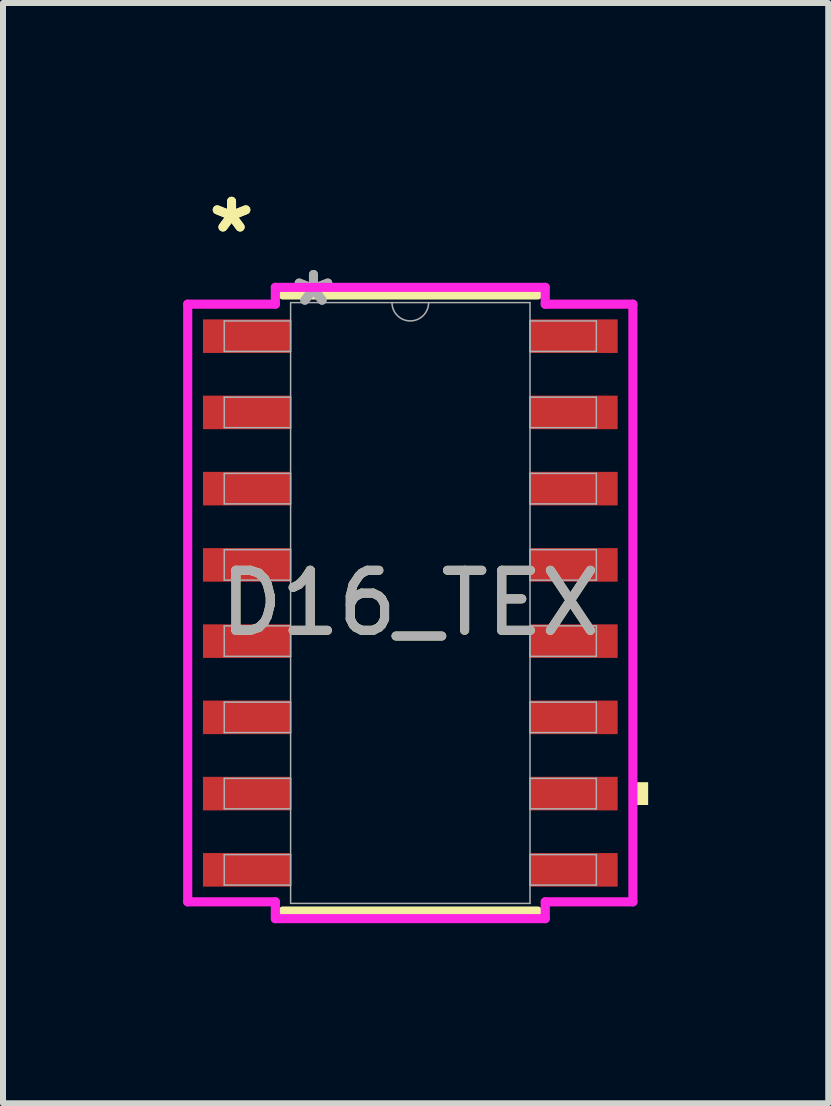
<source format=kicad_pcb>
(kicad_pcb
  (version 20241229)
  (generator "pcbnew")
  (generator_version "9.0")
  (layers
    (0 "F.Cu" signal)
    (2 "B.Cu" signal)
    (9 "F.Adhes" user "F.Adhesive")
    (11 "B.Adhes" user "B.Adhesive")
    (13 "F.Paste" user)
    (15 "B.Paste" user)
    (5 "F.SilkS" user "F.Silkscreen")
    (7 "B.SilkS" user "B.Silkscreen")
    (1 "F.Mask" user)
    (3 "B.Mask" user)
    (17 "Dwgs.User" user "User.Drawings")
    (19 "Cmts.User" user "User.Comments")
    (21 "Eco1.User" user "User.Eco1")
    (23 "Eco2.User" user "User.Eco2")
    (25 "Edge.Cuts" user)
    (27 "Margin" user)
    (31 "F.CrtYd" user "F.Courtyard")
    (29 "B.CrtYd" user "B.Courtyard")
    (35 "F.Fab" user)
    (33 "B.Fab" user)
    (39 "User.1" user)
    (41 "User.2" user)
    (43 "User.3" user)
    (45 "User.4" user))
  (footprint "D16_TEX"
    (layer "F.Cu")
    (at 3.785 6.995)
    (property "Reference" "D16_TEX" (at 0 0 0) (unlocked yes) (layer "F.SilkS") (effects (font (size 1 1) (thickness 0.15))))
    (attr smd)
    (fp_line (start -2.121 5.131) (end 2.121 5.131) (stroke (width 0.152) (type solid)) (layer "F.SilkS"))
    (fp_line (start 2.121 -5.131) (end -2.121 -5.131) (stroke (width 0.152) (type solid)) (layer "F.SilkS"))
    (fp_poly (pts (xy 3.962 2.985) (xy 3.962 3.365) (xy 3.708 3.365) (xy 3.708 2.985)) (stroke (width 0) (type solid)) (fill yes) (layer "F.SilkS"))
    (fp_line (start -3.708 -4.978) (end -2.248 -4.978) (stroke (width 0.152) (type solid)) (layer "F.CrtYd"))
    (fp_line (start -3.708 4.978) (end -3.708 -4.978) (stroke (width 0.152) (type solid)) (layer "F.CrtYd"))
    (fp_line (start -3.708 4.978) (end -2.248 4.978) (stroke (width 0.152) (type solid)) (layer "F.CrtYd"))
    (fp_line (start -2.248 -5.258) (end 2.248 -5.258) (stroke (width 0.152) (type solid)) (layer "F.CrtYd"))
    (fp_line (start -2.248 -4.978) (end -2.248 -5.258) (stroke (width 0.152) (type solid)) (layer "F.CrtYd"))
    (fp_line (start -2.248 5.258) (end -2.248 4.978) (stroke (width 0.152) (type solid)) (layer "F.CrtYd"))
    (fp_line (start 2.248 -5.258) (end 2.248 -4.978) (stroke (width 0.152) (type solid)) (layer "F.CrtYd"))
    (fp_line (start 2.248 4.978) (end 2.248 5.258) (stroke (width 0.152) (type solid)) (layer "F.CrtYd"))
    (fp_line (start 2.248 5.258) (end -2.248 5.258) (stroke (width 0.152) (type solid)) (layer "F.CrtYd"))
    (fp_line (start 3.708 -4.978) (end 2.248 -4.978) (stroke (width 0.152) (type solid)) (layer "F.CrtYd"))
    (fp_line (start 3.708 -4.978) (end 3.708 4.978) (stroke (width 0.152) (type solid)) (layer "F.CrtYd"))
    (fp_line (start 3.708 4.978) (end 2.248 4.978) (stroke (width 0.152) (type solid)) (layer "F.CrtYd"))
    (fp_line (start -3.099 -4.699) (end -3.099 -4.191) (stroke (width 0.025) (type solid)) (layer "F.Fab"))
    (fp_line (start -3.099 -4.191) (end -1.994 -4.191) (stroke (width 0.025) (type solid)) (layer "F.Fab"))
    (fp_line (start -3.099 -3.429) (end -3.099 -2.921) (stroke (width 0.025) (type solid)) (layer "F.Fab"))
    (fp_line (start -3.099 -2.921) (end -1.994 -2.921) (stroke (width 0.025) (type solid)) (layer "F.Fab"))
    (fp_line (start -3.099 -2.159) (end -3.099 -1.651) (stroke (width 0.025) (type solid)) (layer "F.Fab"))
    (fp_line (start -3.099 -1.651) (end -1.994 -1.651) (stroke (width 0.025) (type solid)) (layer "F.Fab"))
    (fp_line (start -3.099 -0.889) (end -3.099 -0.381) (stroke (width 0.025) (type solid)) (layer "F.Fab"))
    (fp_line (start -3.099 -0.381) (end -1.994 -0.381) (stroke (width 0.025) (type solid)) (layer "F.Fab"))
    (fp_line (start -3.099 0.381) (end -3.099 0.889) (stroke (width 0.025) (type solid)) (layer "F.Fab"))
    (fp_line (start -3.099 0.889) (end -1.994 0.889) (stroke (width 0.025) (type solid)) (layer "F.Fab"))
    (fp_line (start -3.099 1.651) (end -3.099 2.159) (stroke (width 0.025) (type solid)) (layer "F.Fab"))
    (fp_line (start -3.099 2.159) (end -1.994 2.159) (stroke (width 0.025) (type solid)) (layer "F.Fab"))
    (fp_line (start -3.099 2.921) (end -3.099 3.429) (stroke (width 0.025) (type solid)) (layer "F.Fab"))
    (fp_line (start -3.099 3.429) (end -1.994 3.429) (stroke (width 0.025) (type solid)) (layer "F.Fab"))
    (fp_line (start -3.099 4.191) (end -3.099 4.699) (stroke (width 0.025) (type solid)) (layer "F.Fab"))
    (fp_line (start -3.099 4.699) (end -1.994 4.699) (stroke (width 0.025) (type solid)) (layer "F.Fab"))
    (fp_line (start -1.994 -5.004) (end -1.994 5.004) (stroke (width 0.025) (type solid)) (layer "F.Fab"))
    (fp_line (start -1.994 -4.699) (end -3.099 -4.699) (stroke (width 0.025) (type solid)) (layer "F.Fab"))
    (fp_line (start -1.994 -4.191) (end -1.994 -4.699) (stroke (width 0.025) (type solid)) (layer "F.Fab"))
    (fp_line (start -1.994 -3.429) (end -3.099 -3.429) (stroke (width 0.025) (type solid)) (layer "F.Fab"))
    (fp_line (start -1.994 -2.921) (end -1.994 -3.429) (stroke (width 0.025) (type solid)) (layer "F.Fab"))
    (fp_line (start -1.994 -2.159) (end -3.099 -2.159) (stroke (width 0.025) (type solid)) (layer "F.Fab"))
    (fp_line (start -1.994 -1.651) (end -1.994 -2.159) (stroke (width 0.025) (type solid)) (layer "F.Fab"))
    (fp_line (start -1.994 -0.889) (end -3.099 -0.889) (stroke (width 0.025) (type solid)) (layer "F.Fab"))
    (fp_line (start -1.994 -0.381) (end -1.994 -0.889) (stroke (width 0.025) (type solid)) (layer "F.Fab"))
    (fp_line (start -1.994 0.381) (end -3.099 0.381) (stroke (width 0.025) (type solid)) (layer "F.Fab"))
    (fp_line (start -1.994 0.889) (end -1.994 0.381) (stroke (width 0.025) (type solid)) (layer "F.Fab"))
    (fp_line (start -1.994 1.651) (end -3.099 1.651) (stroke (width 0.025) (type solid)) (layer "F.Fab"))
    (fp_line (start -1.994 2.159) (end -1.994 1.651) (stroke (width 0.025) (type solid)) (layer "F.Fab"))
    (fp_line (start -1.994 2.921) (end -3.099 2.921) (stroke (width 0.025) (type solid)) (layer "F.Fab"))
    (fp_line (start -1.994 3.429) (end -1.994 2.921) (stroke (width 0.025) (type solid)) (layer "F.Fab"))
    (fp_line (start -1.994 4.191) (end -3.099 4.191) (stroke (width 0.025) (type solid)) (layer "F.Fab"))
    (fp_line (start -1.994 4.699) (end -1.994 4.191) (stroke (width 0.025) (type solid)) (layer "F.Fab"))
    (fp_line (start -1.994 5.004) (end 1.994 5.004) (stroke (width 0.025) (type solid)) (layer "F.Fab"))
    (fp_line (start 1.994 -5.004) (end -1.994 -5.004) (stroke (width 0.025) (type solid)) (layer "F.Fab"))
    (fp_line (start 1.994 -4.699) (end 1.994 -4.191) (stroke (width 0.025) (type solid)) (layer "F.Fab"))
    (fp_line (start 1.994 -4.191) (end 3.099 -4.191) (stroke (width 0.025) (type solid)) (layer "F.Fab"))
    (fp_line (start 1.994 -3.429) (end 1.994 -2.921) (stroke (width 0.025) (type solid)) (layer "F.Fab"))
    (fp_line (start 1.994 -2.921) (end 3.099 -2.921) (stroke (width 0.025) (type solid)) (layer "F.Fab"))
    (fp_line (start 1.994 -2.159) (end 1.994 -1.651) (stroke (width 0.025) (type solid)) (layer "F.Fab"))
    (fp_line (start 1.994 -1.651) (end 3.099 -1.651) (stroke (width 0.025) (type solid)) (layer "F.Fab"))
    (fp_line (start 1.994 -0.889) (end 1.994 -0.381) (stroke (width 0.025) (type solid)) (layer "F.Fab"))
    (fp_line (start 1.994 -0.381) (end 3.099 -0.381) (stroke (width 0.025) (type solid)) (layer "F.Fab"))
    (fp_line (start 1.994 0.381) (end 1.994 0.889) (stroke (width 0.025) (type solid)) (layer "F.Fab"))
    (fp_line (start 1.994 0.889) (end 3.099 0.889) (stroke (width 0.025) (type solid)) (layer "F.Fab"))
    (fp_line (start 1.994 1.651) (end 1.994 2.159) (stroke (width 0.025) (type solid)) (layer "F.Fab"))
    (fp_line (start 1.994 2.159) (end 3.099 2.159) (stroke (width 0.025) (type solid)) (layer "F.Fab"))
    (fp_line (start 1.994 2.921) (end 1.994 3.429) (stroke (width 0.025) (type solid)) (layer "F.Fab"))
    (fp_line (start 1.994 3.429) (end 3.099 3.429) (stroke (width 0.025) (type solid)) (layer "F.Fab"))
    (fp_line (start 1.994 4.191) (end 1.994 4.699) (stroke (width 0.025) (type solid)) (layer "F.Fab"))
    (fp_line (start 1.994 4.699) (end 3.099 4.699) (stroke (width 0.025) (type solid)) (layer "F.Fab"))
    (fp_line (start 1.994 5.004) (end 1.994 -5.004) (stroke (width 0.025) (type solid)) (layer "F.Fab"))
    (fp_line (start 3.099 -4.699) (end 1.994 -4.699) (stroke (width 0.025) (type solid)) (layer "F.Fab"))
    (fp_line (start 3.099 -4.191) (end 3.099 -4.699) (stroke (width 0.025) (type solid)) (layer "F.Fab"))
    (fp_line (start 3.099 -3.429) (end 1.994 -3.429) (stroke (width 0.025) (type solid)) (layer "F.Fab"))
    (fp_line (start 3.099 -2.921) (end 3.099 -3.429) (stroke (width 0.025) (type solid)) (layer "F.Fab"))
    (fp_line (start 3.099 -2.159) (end 1.994 -2.159) (stroke (width 0.025) (type solid)) (layer "F.Fab"))
    (fp_line (start 3.099 -1.651) (end 3.099 -2.159) (stroke (width 0.025) (type solid)) (layer "F.Fab"))
    (fp_line (start 3.099 -0.889) (end 1.994 -0.889) (stroke (width 0.025) (type solid)) (layer "F.Fab"))
    (fp_line (start 3.099 -0.381) (end 3.099 -0.889) (stroke (width 0.025) (type solid)) (layer "F.Fab"))
    (fp_line (start 3.099 0.381) (end 1.994 0.381) (stroke (width 0.025) (type solid)) (layer "F.Fab"))
    (fp_line (start 3.099 0.889) (end 3.099 0.381) (stroke (width 0.025) (type solid)) (layer "F.Fab"))
    (fp_line (start 3.099 1.651) (end 1.994 1.651) (stroke (width 0.025) (type solid)) (layer "F.Fab"))
    (fp_line (start 3.099 2.159) (end 3.099 1.651) (stroke (width 0.025) (type solid)) (layer "F.Fab"))
    (fp_line (start 3.099 2.921) (end 1.994 2.921) (stroke (width 0.025) (type solid)) (layer "F.Fab"))
    (fp_line (start 3.099 3.429) (end 3.099 2.921) (stroke (width 0.025) (type solid)) (layer "F.Fab"))
    (fp_line (start 3.099 4.191) (end 1.994 4.191) (stroke (width 0.025) (type solid)) (layer "F.Fab"))
    (fp_line (start 3.099 4.699) (end 3.099 4.191) (stroke (width 0.025) (type solid)) (layer "F.Fab"))
    (fp_arc (start 0.3048 -5.0038) (mid 0 -4.699) (end -0.3048 -5.0038) (stroke (width 0.0254) (type solid)) (layer "F.Fab"))
    (fp_text user "*" (at -2.978 -6.147 0) (layer "F.SilkS") (effects (font (size 1 1) (thickness 0.15))))
    (fp_text user "*" (at -2.978 -6.147 0) (unlocked yes) (layer "F.SilkS") (effects (font (size 1 1) (thickness 0.15))))
    (fp_text user "*" (at -1.613 -4.928 0) (layer "F.Fab") (effects (font (size 1 1) (thickness 0.15))))
    (fp_text user "${REFERENCE}" (at 0 0 0) (unlocked yes) (layer "F.Fab") (effects (font (size 1 1) (thickness 0.15))))
    (fp_text user "*" (at -1.613 -4.928 0) (unlocked yes) (layer "F.Fab") (effects (font (size 1 1) (thickness 0.15))))
    (pad "1" smd rect (at -2.724 -4.445) (size 1.46 0.559) (layers "F.Cu" "F.Mask" "F.Paste"))
    (pad "2" smd rect (at -2.724 -3.175) (size 1.46 0.559) (layers "F.Cu" "F.Mask" "F.Paste"))
    (pad "3" smd rect (at -2.724 -1.905) (size 1.46 0.559) (layers "F.Cu" "F.Mask" "F.Paste"))
    (pad "4" smd rect (at -2.724 -0.635) (size 1.46 0.559) (layers "F.Cu" "F.Mask" "F.Paste"))
    (pad "5" smd rect (at -2.724 0.635) (size 1.46 0.559) (layers "F.Cu" "F.Mask" "F.Paste"))
    (pad "6" smd rect (at -2.724 1.905) (size 1.46 0.559) (layers "F.Cu" "F.Mask" "F.Paste"))
    (pad "7" smd rect (at -2.724 3.175) (size 1.46 0.559) (layers "F.Cu" "F.Mask" "F.Paste"))
    (pad "8" smd rect (at -2.724 4.445) (size 1.46 0.559) (layers "F.Cu" "F.Mask" "F.Paste"))
    (pad "9" smd rect (at 2.724 4.445) (size 1.46 0.559) (layers "F.Cu" "F.Mask" "F.Paste"))
    (pad "10" smd rect (at 2.724 3.175) (size 1.46 0.559) (layers "F.Cu" "F.Mask" "F.Paste"))
    (pad "11" smd rect (at 2.724 1.905) (size 1.46 0.559) (layers "F.Cu" "F.Mask" "F.Paste"))
    (pad "12" smd rect (at 2.724 0.635) (size 1.46 0.559) (layers "F.Cu" "F.Mask" "F.Paste"))
    (pad "13" smd rect (at 2.724 -0.635) (size 1.46 0.559) (layers "F.Cu" "F.Mask" "F.Paste"))
    (pad "14" smd rect (at 2.724 -1.905) (size 1.46 0.559) (layers "F.Cu" "F.Mask" "F.Paste"))
    (pad "15" smd rect (at 2.724 -3.175) (size 1.46 0.559) (layers "F.Cu" "F.Mask" "F.Paste"))
    (pad "16" smd rect (at 2.724 -4.445) (size 1.46 0.559) (layers "F.Cu" "F.Mask" "F.Paste")))
  (gr_rect
    (start -3 -3)
    (end 10.747 15.329)
    (stroke (width 0.1) (type default))
    (fill no)
    (layer "Edge.Cuts")))
</source>
